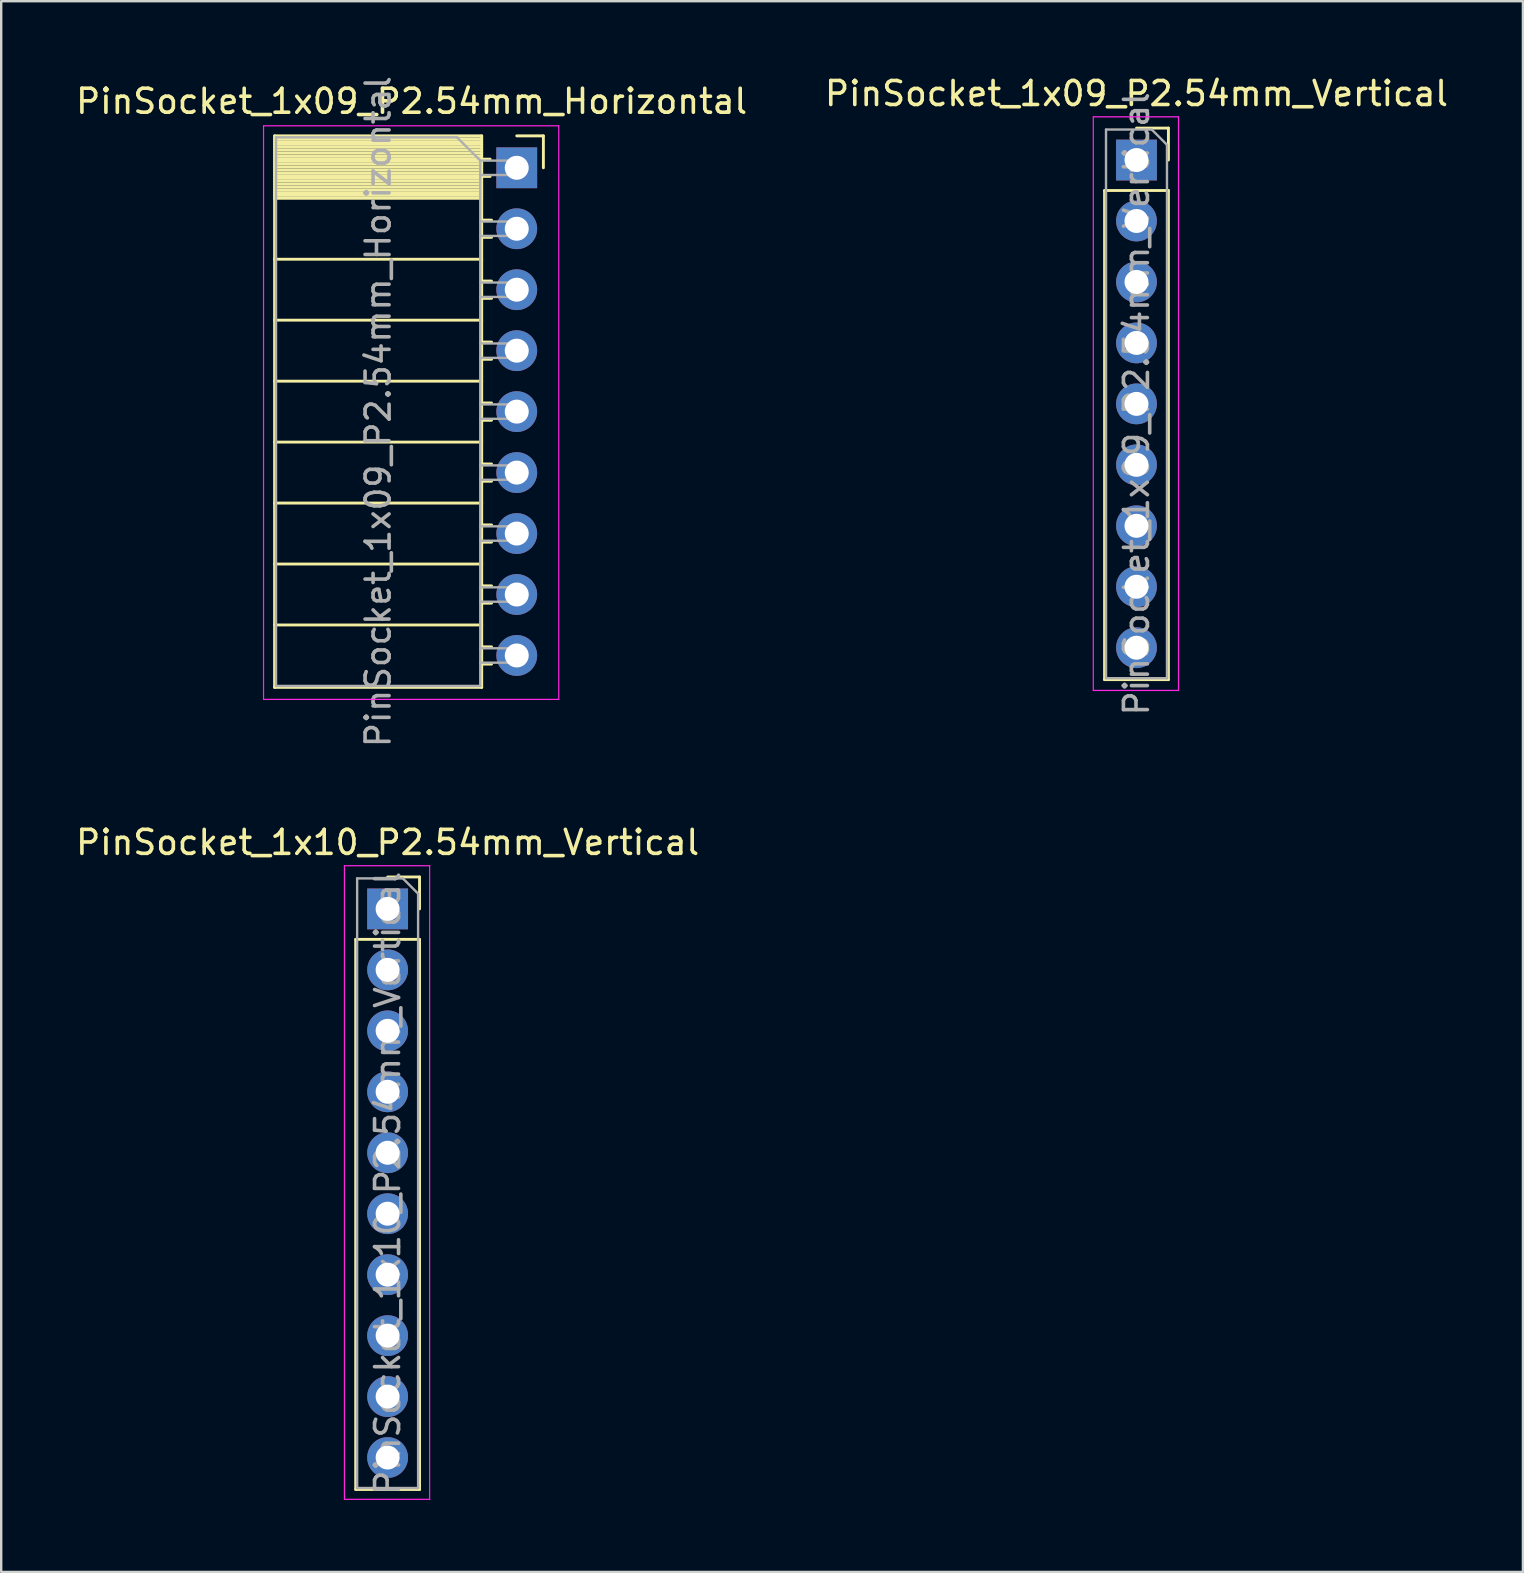
<source format=kicad_pcb>
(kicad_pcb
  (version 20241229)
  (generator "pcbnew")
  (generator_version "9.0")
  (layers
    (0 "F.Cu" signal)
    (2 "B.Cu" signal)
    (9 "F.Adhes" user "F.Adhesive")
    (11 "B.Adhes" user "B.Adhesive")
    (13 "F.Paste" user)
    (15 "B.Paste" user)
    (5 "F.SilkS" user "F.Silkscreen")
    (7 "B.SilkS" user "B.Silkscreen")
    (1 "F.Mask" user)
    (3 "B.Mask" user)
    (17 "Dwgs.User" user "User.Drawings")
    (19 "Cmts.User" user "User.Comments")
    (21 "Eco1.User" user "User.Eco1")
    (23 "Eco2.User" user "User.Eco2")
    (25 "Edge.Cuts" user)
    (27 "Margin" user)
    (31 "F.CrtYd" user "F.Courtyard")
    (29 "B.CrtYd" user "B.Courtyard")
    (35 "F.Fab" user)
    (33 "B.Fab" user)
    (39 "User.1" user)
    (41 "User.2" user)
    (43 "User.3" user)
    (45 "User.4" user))
  (footprint "PinSocket_1x10_P2.54mm_Vertical"
    (layer "F.Cu")
    (at 13.101 34.821)
    (property "Reference" "PinSocket_1x10_P2.54mm_Vertical" (at 0 -2.77 0) (layer "F.SilkS") (effects (font (size 1 1) (thickness 0.15))))
    (attr through_hole)
    (fp_line (start -1.33 1.27) (end -1.33 24.19) (stroke (width 0.12) (type solid)) (layer "F.SilkS"))
    (fp_line (start -1.33 1.27) (end 1.33 1.27) (stroke (width 0.12) (type solid)) (layer "F.SilkS"))
    (fp_line (start -1.33 24.19) (end 1.33 24.19) (stroke (width 0.12) (type solid)) (layer "F.SilkS"))
    (fp_line (start 0 -1.33) (end 1.33 -1.33) (stroke (width 0.12) (type solid)) (layer "F.SilkS"))
    (fp_line (start 1.33 -1.33) (end 1.33 0) (stroke (width 0.12) (type solid)) (layer "F.SilkS"))
    (fp_line (start 1.33 1.27) (end 1.33 24.19) (stroke (width 0.12) (type solid)) (layer "F.SilkS"))
    (fp_line (start -1.8 -1.8) (end 1.75 -1.8) (stroke (width 0.05) (type solid)) (layer "F.CrtYd"))
    (fp_line (start -1.8 24.6) (end -1.8 -1.8) (stroke (width 0.05) (type solid)) (layer "F.CrtYd"))
    (fp_line (start 1.75 -1.8) (end 1.75 24.6) (stroke (width 0.05) (type solid)) (layer "F.CrtYd"))
    (fp_line (start 1.75 24.6) (end -1.8 24.6) (stroke (width 0.05) (type solid)) (layer "F.CrtYd"))
    (fp_line (start -1.27 -1.27) (end 0.635 -1.27) (stroke (width 0.1) (type solid)) (layer "F.Fab"))
    (fp_line (start -1.27 24.13) (end -1.27 -1.27) (stroke (width 0.1) (type solid)) (layer "F.Fab"))
    (fp_line (start 0.635 -1.27) (end 1.27 -0.635) (stroke (width 0.1) (type solid)) (layer "F.Fab"))
    (fp_line (start 1.27 -0.635) (end 1.27 24.13) (stroke (width 0.1) (type solid)) (layer "F.Fab"))
    (fp_line (start 1.27 24.13) (end -1.27 24.13) (stroke (width 0.1) (type solid)) (layer "F.Fab"))
    (fp_text user "${REFERENCE}" (at 0 11.43 90) (layer "F.Fab") (effects (font (size 1 1) (thickness 0.15))))
    (pad "1" thru_hole rect (at 0 0) (size 1.7 1.7) (drill 1) (layers "*.Cu" "*.Mask"))
    (pad "2" thru_hole oval (at 0 2.54) (size 1.7 1.7) (drill 1) (layers "*.Cu" "*.Mask"))
    (pad "3" thru_hole oval (at 0 5.08) (size 1.7 1.7) (drill 1) (layers "*.Cu" "*.Mask"))
    (pad "4" thru_hole oval (at 0 7.62) (size 1.7 1.7) (drill 1) (layers "*.Cu" "*.Mask"))
    (pad "5" thru_hole oval (at 0 10.16) (size 1.7 1.7) (drill 1) (layers "*.Cu" "*.Mask"))
    (pad "6" thru_hole oval (at 0 12.7) (size 1.7 1.7) (drill 1) (layers "*.Cu" "*.Mask"))
    (pad "7" thru_hole oval (at 0 15.24) (size 1.7 1.7) (drill 1) (layers "*.Cu" "*.Mask"))
    (pad "8" thru_hole oval (at 0 17.78) (size 1.7 1.7) (drill 1) (layers "*.Cu" "*.Mask"))
    (pad "9" thru_hole oval (at 0 20.32) (size 1.7 1.7) (drill 1) (layers "*.Cu" "*.Mask"))
    (pad "10" thru_hole oval (at 0 22.86) (size 1.7 1.7) (drill 1) (layers "*.Cu" "*.Mask")))
  (footprint "PinSocket_1x09_P2.54mm_Vertical"
    (layer "F.Cu")
    (at 44.304 3.618)
    (property "Reference" "PinSocket_1x09_P2.54mm_Vertical" (at 0 -2.77 0) (layer "F.SilkS") (effects (font (size 1 1) (thickness 0.15))))
    (attr through_hole)
    (fp_line (start -1.33 1.27) (end -1.33 21.65) (stroke (width 0.12) (type solid)) (layer "F.SilkS"))
    (fp_line (start -1.33 1.27) (end 1.33 1.27) (stroke (width 0.12) (type solid)) (layer "F.SilkS"))
    (fp_line (start -1.33 21.65) (end 1.33 21.65) (stroke (width 0.12) (type solid)) (layer "F.SilkS"))
    (fp_line (start 0 -1.33) (end 1.33 -1.33) (stroke (width 0.12) (type solid)) (layer "F.SilkS"))
    (fp_line (start 1.33 -1.33) (end 1.33 0) (stroke (width 0.12) (type solid)) (layer "F.SilkS"))
    (fp_line (start 1.33 1.27) (end 1.33 21.65) (stroke (width 0.12) (type solid)) (layer "F.SilkS"))
    (fp_line (start -1.8 -1.8) (end 1.75 -1.8) (stroke (width 0.05) (type solid)) (layer "F.CrtYd"))
    (fp_line (start -1.8 22.1) (end -1.8 -1.8) (stroke (width 0.05) (type solid)) (layer "F.CrtYd"))
    (fp_line (start 1.75 -1.8) (end 1.75 22.1) (stroke (width 0.05) (type solid)) (layer "F.CrtYd"))
    (fp_line (start 1.75 22.1) (end -1.8 22.1) (stroke (width 0.05) (type solid)) (layer "F.CrtYd"))
    (fp_line (start -1.27 -1.27) (end 0.635 -1.27) (stroke (width 0.1) (type solid)) (layer "F.Fab"))
    (fp_line (start -1.27 21.59) (end -1.27 -1.27) (stroke (width 0.1) (type solid)) (layer "F.Fab"))
    (fp_line (start 0.635 -1.27) (end 1.27 -0.635) (stroke (width 0.1) (type solid)) (layer "F.Fab"))
    (fp_line (start 1.27 -0.635) (end 1.27 21.59) (stroke (width 0.1) (type solid)) (layer "F.Fab"))
    (fp_line (start 1.27 21.59) (end -1.27 21.59) (stroke (width 0.1) (type solid)) (layer "F.Fab"))
    (fp_text user "${REFERENCE}" (at 0 10.16 90) (layer "F.Fab") (effects (font (size 1 1) (thickness 0.15))))
    (pad "1" thru_hole rect (at 0 0) (size 1.7 1.7) (drill 1) (layers "*.Cu" "*.Mask"))
    (pad "2" thru_hole oval (at 0 2.54) (size 1.7 1.7) (drill 1) (layers "*.Cu" "*.Mask"))
    (pad "3" thru_hole oval (at 0 5.08) (size 1.7 1.7) (drill 1) (layers "*.Cu" "*.Mask"))
    (pad "4" thru_hole oval (at 0 7.62) (size 1.7 1.7) (drill 1) (layers "*.Cu" "*.Mask"))
    (pad "5" thru_hole oval (at 0 10.16) (size 1.7 1.7) (drill 1) (layers "*.Cu" "*.Mask"))
    (pad "6" thru_hole oval (at 0 12.7) (size 1.7 1.7) (drill 1) (layers "*.Cu" "*.Mask"))
    (pad "7" thru_hole oval (at 0 15.24) (size 1.7 1.7) (drill 1) (layers "*.Cu" "*.Mask"))
    (pad "8" thru_hole oval (at 0 17.78) (size 1.7 1.7) (drill 1) (layers "*.Cu" "*.Mask"))
    (pad "9" thru_hole oval (at 0 20.32) (size 1.7 1.7) (drill 1) (layers "*.Cu" "*.Mask")))
  (footprint "PinSocket_1x09_P2.54mm_Horizontal"
    (layer "F.Cu")
    (at 18.481 3.941)
    (property "Reference" "PinSocket_1x09_P2.54mm_Horizontal" (at -4.38 -2.77 0) (layer "F.SilkS") (effects (font (size 1 1) (thickness 0.15))))
    (attr through_hole)
    (fp_line (start -10.09 -1.33) (end -10.09 21.65) (stroke (width 0.12) (type solid)) (layer "F.SilkS"))
    (fp_line (start -10.09 -1.33) (end -1.46 -1.33) (stroke (width 0.12) (type solid)) (layer "F.SilkS"))
    (fp_line (start -10.09 -1.21) (end -1.46 -1.21) (stroke (width 0.12) (type solid)) (layer "F.SilkS"))
    (fp_line (start -10.09 -1.092) (end -1.46 -1.092) (stroke (width 0.12) (type solid)) (layer "F.SilkS"))
    (fp_line (start -10.09 -0.974) (end -1.46 -0.974) (stroke (width 0.12) (type solid)) (layer "F.SilkS"))
    (fp_line (start -10.09 -0.856) (end -1.46 -0.856) (stroke (width 0.12) (type solid)) (layer "F.SilkS"))
    (fp_line (start -10.09 -0.738) (end -1.46 -0.738) (stroke (width 0.12) (type solid)) (layer "F.SilkS"))
    (fp_line (start -10.09 -0.62) (end -1.46 -0.62) (stroke (width 0.12) (type solid)) (layer "F.SilkS"))
    (fp_line (start -10.09 -0.501) (end -1.46 -0.501) (stroke (width 0.12) (type solid)) (layer "F.SilkS"))
    (fp_line (start -10.09 -0.383) (end -1.46 -0.383) (stroke (width 0.12) (type solid)) (layer "F.SilkS"))
    (fp_line (start -10.09 -0.265) (end -1.46 -0.265) (stroke (width 0.12) (type solid)) (layer "F.SilkS"))
    (fp_line (start -10.09 -0.147) (end -1.46 -0.147) (stroke (width 0.12) (type solid)) (layer "F.SilkS"))
    (fp_line (start -10.09 -0.029) (end -1.46 -0.029) (stroke (width 0.12) (type solid)) (layer "F.SilkS"))
    (fp_line (start -10.09 0.089) (end -1.46 0.089) (stroke (width 0.12) (type solid)) (layer "F.SilkS"))
    (fp_line (start -10.09 0.207) (end -1.46 0.207) (stroke (width 0.12) (type solid)) (layer "F.SilkS"))
    (fp_line (start -10.09 0.325) (end -1.46 0.325) (stroke (width 0.12) (type solid)) (layer "F.SilkS"))
    (fp_line (start -10.09 0.443) (end -1.46 0.443) (stroke (width 0.12) (type solid)) (layer "F.SilkS"))
    (fp_line (start -10.09 0.561) (end -1.46 0.561) (stroke (width 0.12) (type solid)) (layer "F.SilkS"))
    (fp_line (start -10.09 0.68) (end -1.46 0.68) (stroke (width 0.12) (type solid)) (layer "F.SilkS"))
    (fp_line (start -10.09 0.798) (end -1.46 0.798) (stroke (width 0.12) (type solid)) (layer "F.SilkS"))
    (fp_line (start -10.09 0.916) (end -1.46 0.916) (stroke (width 0.12) (type solid)) (layer "F.SilkS"))
    (fp_line (start -10.09 1.034) (end -1.46 1.034) (stroke (width 0.12) (type solid)) (layer "F.SilkS"))
    (fp_line (start -10.09 1.152) (end -1.46 1.152) (stroke (width 0.12) (type solid)) (layer "F.SilkS"))
    (fp_line (start -10.09 1.27) (end -1.46 1.27) (stroke (width 0.12) (type solid)) (layer "F.SilkS"))
    (fp_line (start -10.09 3.81) (end -1.46 3.81) (stroke (width 0.12) (type solid)) (layer "F.SilkS"))
    (fp_line (start -10.09 6.35) (end -1.46 6.35) (stroke (width 0.12) (type solid)) (layer "F.SilkS"))
    (fp_line (start -10.09 8.89) (end -1.46 8.89) (stroke (width 0.12) (type solid)) (layer "F.SilkS"))
    (fp_line (start -10.09 11.43) (end -1.46 11.43) (stroke (width 0.12) (type solid)) (layer "F.SilkS"))
    (fp_line (start -10.09 13.97) (end -1.46 13.97) (stroke (width 0.12) (type solid)) (layer "F.SilkS"))
    (fp_line (start -10.09 16.51) (end -1.46 16.51) (stroke (width 0.12) (type solid)) (layer "F.SilkS"))
    (fp_line (start -10.09 19.05) (end -1.46 19.05) (stroke (width 0.12) (type solid)) (layer "F.SilkS"))
    (fp_line (start -10.09 21.65) (end -1.46 21.65) (stroke (width 0.12) (type solid)) (layer "F.SilkS"))
    (fp_line (start -1.46 -1.33) (end -1.46 21.65) (stroke (width 0.12) (type solid)) (layer "F.SilkS"))
    (fp_line (start -1.46 -0.36) (end -1.11 -0.36) (stroke (width 0.12) (type solid)) (layer "F.SilkS"))
    (fp_line (start -1.46 0.36) (end -1.11 0.36) (stroke (width 0.12) (type solid)) (layer "F.SilkS"))
    (fp_line (start -1.46 2.18) (end -1.05 2.18) (stroke (width 0.12) (type solid)) (layer "F.SilkS"))
    (fp_line (start -1.46 2.9) (end -1.05 2.9) (stroke (width 0.12) (type solid)) (layer "F.SilkS"))
    (fp_line (start -1.46 4.72) (end -1.05 4.72) (stroke (width 0.12) (type solid)) (layer "F.SilkS"))
    (fp_line (start -1.46 5.44) (end -1.05 5.44) (stroke (width 0.12) (type solid)) (layer "F.SilkS"))
    (fp_line (start -1.46 7.26) (end -1.05 7.26) (stroke (width 0.12) (type solid)) (layer "F.SilkS"))
    (fp_line (start -1.46 7.98) (end -1.05 7.98) (stroke (width 0.12) (type solid)) (layer "F.SilkS"))
    (fp_line (start -1.46 9.8) (end -1.05 9.8) (stroke (width 0.12) (type solid)) (layer "F.SilkS"))
    (fp_line (start -1.46 10.52) (end -1.05 10.52) (stroke (width 0.12) (type solid)) (layer "F.SilkS"))
    (fp_line (start -1.46 12.34) (end -1.05 12.34) (stroke (width 0.12) (type solid)) (layer "F.SilkS"))
    (fp_line (start -1.46 13.06) (end -1.05 13.06) (stroke (width 0.12) (type solid)) (layer "F.SilkS"))
    (fp_line (start -1.46 14.88) (end -1.05 14.88) (stroke (width 0.12) (type solid)) (layer "F.SilkS"))
    (fp_line (start -1.46 15.6) (end -1.05 15.6) (stroke (width 0.12) (type solid)) (layer "F.SilkS"))
    (fp_line (start -1.46 17.42) (end -1.05 17.42) (stroke (width 0.12) (type solid)) (layer "F.SilkS"))
    (fp_line (start -1.46 18.14) (end -1.05 18.14) (stroke (width 0.12) (type solid)) (layer "F.SilkS"))
    (fp_line (start -1.46 19.96) (end -1.05 19.96) (stroke (width 0.12) (type solid)) (layer "F.SilkS"))
    (fp_line (start -1.46 20.68) (end -1.05 20.68) (stroke (width 0.12) (type solid)) (layer "F.SilkS"))
    (fp_line (start 0 -1.33) (end 1.11 -1.33) (stroke (width 0.12) (type solid)) (layer "F.SilkS"))
    (fp_line (start 1.11 -1.33) (end 1.11 0) (stroke (width 0.12) (type solid)) (layer "F.SilkS"))
    (fp_line (start -10.55 -1.75) (end -10.55 22.15) (stroke (width 0.05) (type solid)) (layer "F.CrtYd"))
    (fp_line (start -10.55 22.15) (end 1.75 22.15) (stroke (width 0.05) (type solid)) (layer "F.CrtYd"))
    (fp_line (start 1.75 -1.75) (end -10.55 -1.75) (stroke (width 0.05) (type solid)) (layer "F.CrtYd"))
    (fp_line (start 1.75 22.15) (end 1.75 -1.75) (stroke (width 0.05) (type solid)) (layer "F.CrtYd"))
    (fp_line (start -10.03 -1.27) (end -2.49 -1.27) (stroke (width 0.1) (type solid)) (layer "F.Fab"))
    (fp_line (start -10.03 21.59) (end -10.03 -1.27) (stroke (width 0.1) (type solid)) (layer "F.Fab"))
    (fp_line (start -2.49 -1.27) (end -1.52 -0.3) (stroke (width 0.1) (type solid)) (layer "F.Fab"))
    (fp_line (start -1.52 -0.3) (end -1.52 21.59) (stroke (width 0.1) (type solid)) (layer "F.Fab"))
    (fp_line (start -1.52 0.3) (end 0 0.3) (stroke (width 0.1) (type solid)) (layer "F.Fab"))
    (fp_line (start -1.52 2.84) (end 0 2.84) (stroke (width 0.1) (type solid)) (layer "F.Fab"))
    (fp_line (start -1.52 5.38) (end 0 5.38) (stroke (width 0.1) (type solid)) (layer "F.Fab"))
    (fp_line (start -1.52 7.92) (end 0 7.92) (stroke (width 0.1) (type solid)) (layer "F.Fab"))
    (fp_line (start -1.52 10.46) (end 0 10.46) (stroke (width 0.1) (type solid)) (layer "F.Fab"))
    (fp_line (start -1.52 13) (end 0 13) (stroke (width 0.1) (type solid)) (layer "F.Fab"))
    (fp_line (start -1.52 15.54) (end 0 15.54) (stroke (width 0.1) (type solid)) (layer "F.Fab"))
    (fp_line (start -1.52 18.08) (end 0 18.08) (stroke (width 0.1) (type solid)) (layer "F.Fab"))
    (fp_line (start -1.52 20.62) (end 0 20.62) (stroke (width 0.1) (type solid)) (layer "F.Fab"))
    (fp_line (start -1.52 21.59) (end -10.03 21.59) (stroke (width 0.1) (type solid)) (layer "F.Fab"))
    (fp_line (start 0 -0.3) (end -1.52 -0.3) (stroke (width 0.1) (type solid)) (layer "F.Fab"))
    (fp_line (start 0 0.3) (end 0 -0.3) (stroke (width 0.1) (type solid)) (layer "F.Fab"))
    (fp_line (start 0 2.24) (end -1.52 2.24) (stroke (width 0.1) (type solid)) (layer "F.Fab"))
    (fp_line (start 0 2.84) (end 0 2.24) (stroke (width 0.1) (type solid)) (layer "F.Fab"))
    (fp_line (start 0 4.78) (end -1.52 4.78) (stroke (width 0.1) (type solid)) (layer "F.Fab"))
    (fp_line (start 0 5.38) (end 0 4.78) (stroke (width 0.1) (type solid)) (layer "F.Fab"))
    (fp_line (start 0 7.32) (end -1.52 7.32) (stroke (width 0.1) (type solid)) (layer "F.Fab"))
    (fp_line (start 0 7.92) (end 0 7.32) (stroke (width 0.1) (type solid)) (layer "F.Fab"))
    (fp_line (start 0 9.86) (end -1.52 9.86) (stroke (width 0.1) (type solid)) (layer "F.Fab"))
    (fp_line (start 0 10.46) (end 0 9.86) (stroke (width 0.1) (type solid)) (layer "F.Fab"))
    (fp_line (start 0 12.4) (end -1.52 12.4) (stroke (width 0.1) (type solid)) (layer "F.Fab"))
    (fp_line (start 0 13) (end 0 12.4) (stroke (width 0.1) (type solid)) (layer "F.Fab"))
    (fp_line (start 0 14.94) (end -1.52 14.94) (stroke (width 0.1) (type solid)) (layer "F.Fab"))
    (fp_line (start 0 15.54) (end 0 14.94) (stroke (width 0.1) (type solid)) (layer "F.Fab"))
    (fp_line (start 0 17.48) (end -1.52 17.48) (stroke (width 0.1) (type solid)) (layer "F.Fab"))
    (fp_line (start 0 18.08) (end 0 17.48) (stroke (width 0.1) (type solid)) (layer "F.Fab"))
    (fp_line (start 0 20.02) (end -1.52 20.02) (stroke (width 0.1) (type solid)) (layer "F.Fab"))
    (fp_line (start 0 20.62) (end 0 20.02) (stroke (width 0.1) (type solid)) (layer "F.Fab"))
    (fp_text user "${REFERENCE}" (at -5.775 10.16 90) (layer "F.Fab") (effects (font (size 1 1) (thickness 0.15))))
    (pad "1" thru_hole rect (at 0 0) (size 1.7 1.7) (drill 1) (layers "*.Cu" "*.Mask"))
    (pad "2" thru_hole oval (at 0 2.54) (size 1.7 1.7) (drill 1) (layers "*.Cu" "*.Mask"))
    (pad "3" thru_hole oval (at 0 5.08) (size 1.7 1.7) (drill 1) (layers "*.Cu" "*.Mask"))
    (pad "4" thru_hole oval (at 0 7.62) (size 1.7 1.7) (drill 1) (layers "*.Cu" "*.Mask"))
    (pad "5" thru_hole oval (at 0 10.16) (size 1.7 1.7) (drill 1) (layers "*.Cu" "*.Mask"))
    (pad "6" thru_hole oval (at 0 12.7) (size 1.7 1.7) (drill 1) (layers "*.Cu" "*.Mask"))
    (pad "7" thru_hole oval (at 0 15.24) (size 1.7 1.7) (drill 1) (layers "*.Cu" "*.Mask"))
    (pad "8" thru_hole oval (at 0 17.78) (size 1.7 1.7) (drill 1) (layers "*.Cu" "*.Mask"))
    (pad "9" thru_hole oval (at 0 20.32) (size 1.7 1.7) (drill 1) (layers "*.Cu" "*.Mask")))
  (gr_rect
    (start -3 -3)
    (end 60.405 62.446)
    (stroke (width 0.1) (type default))
    (fill no)
    (layer "Edge.Cuts")))
</source>
